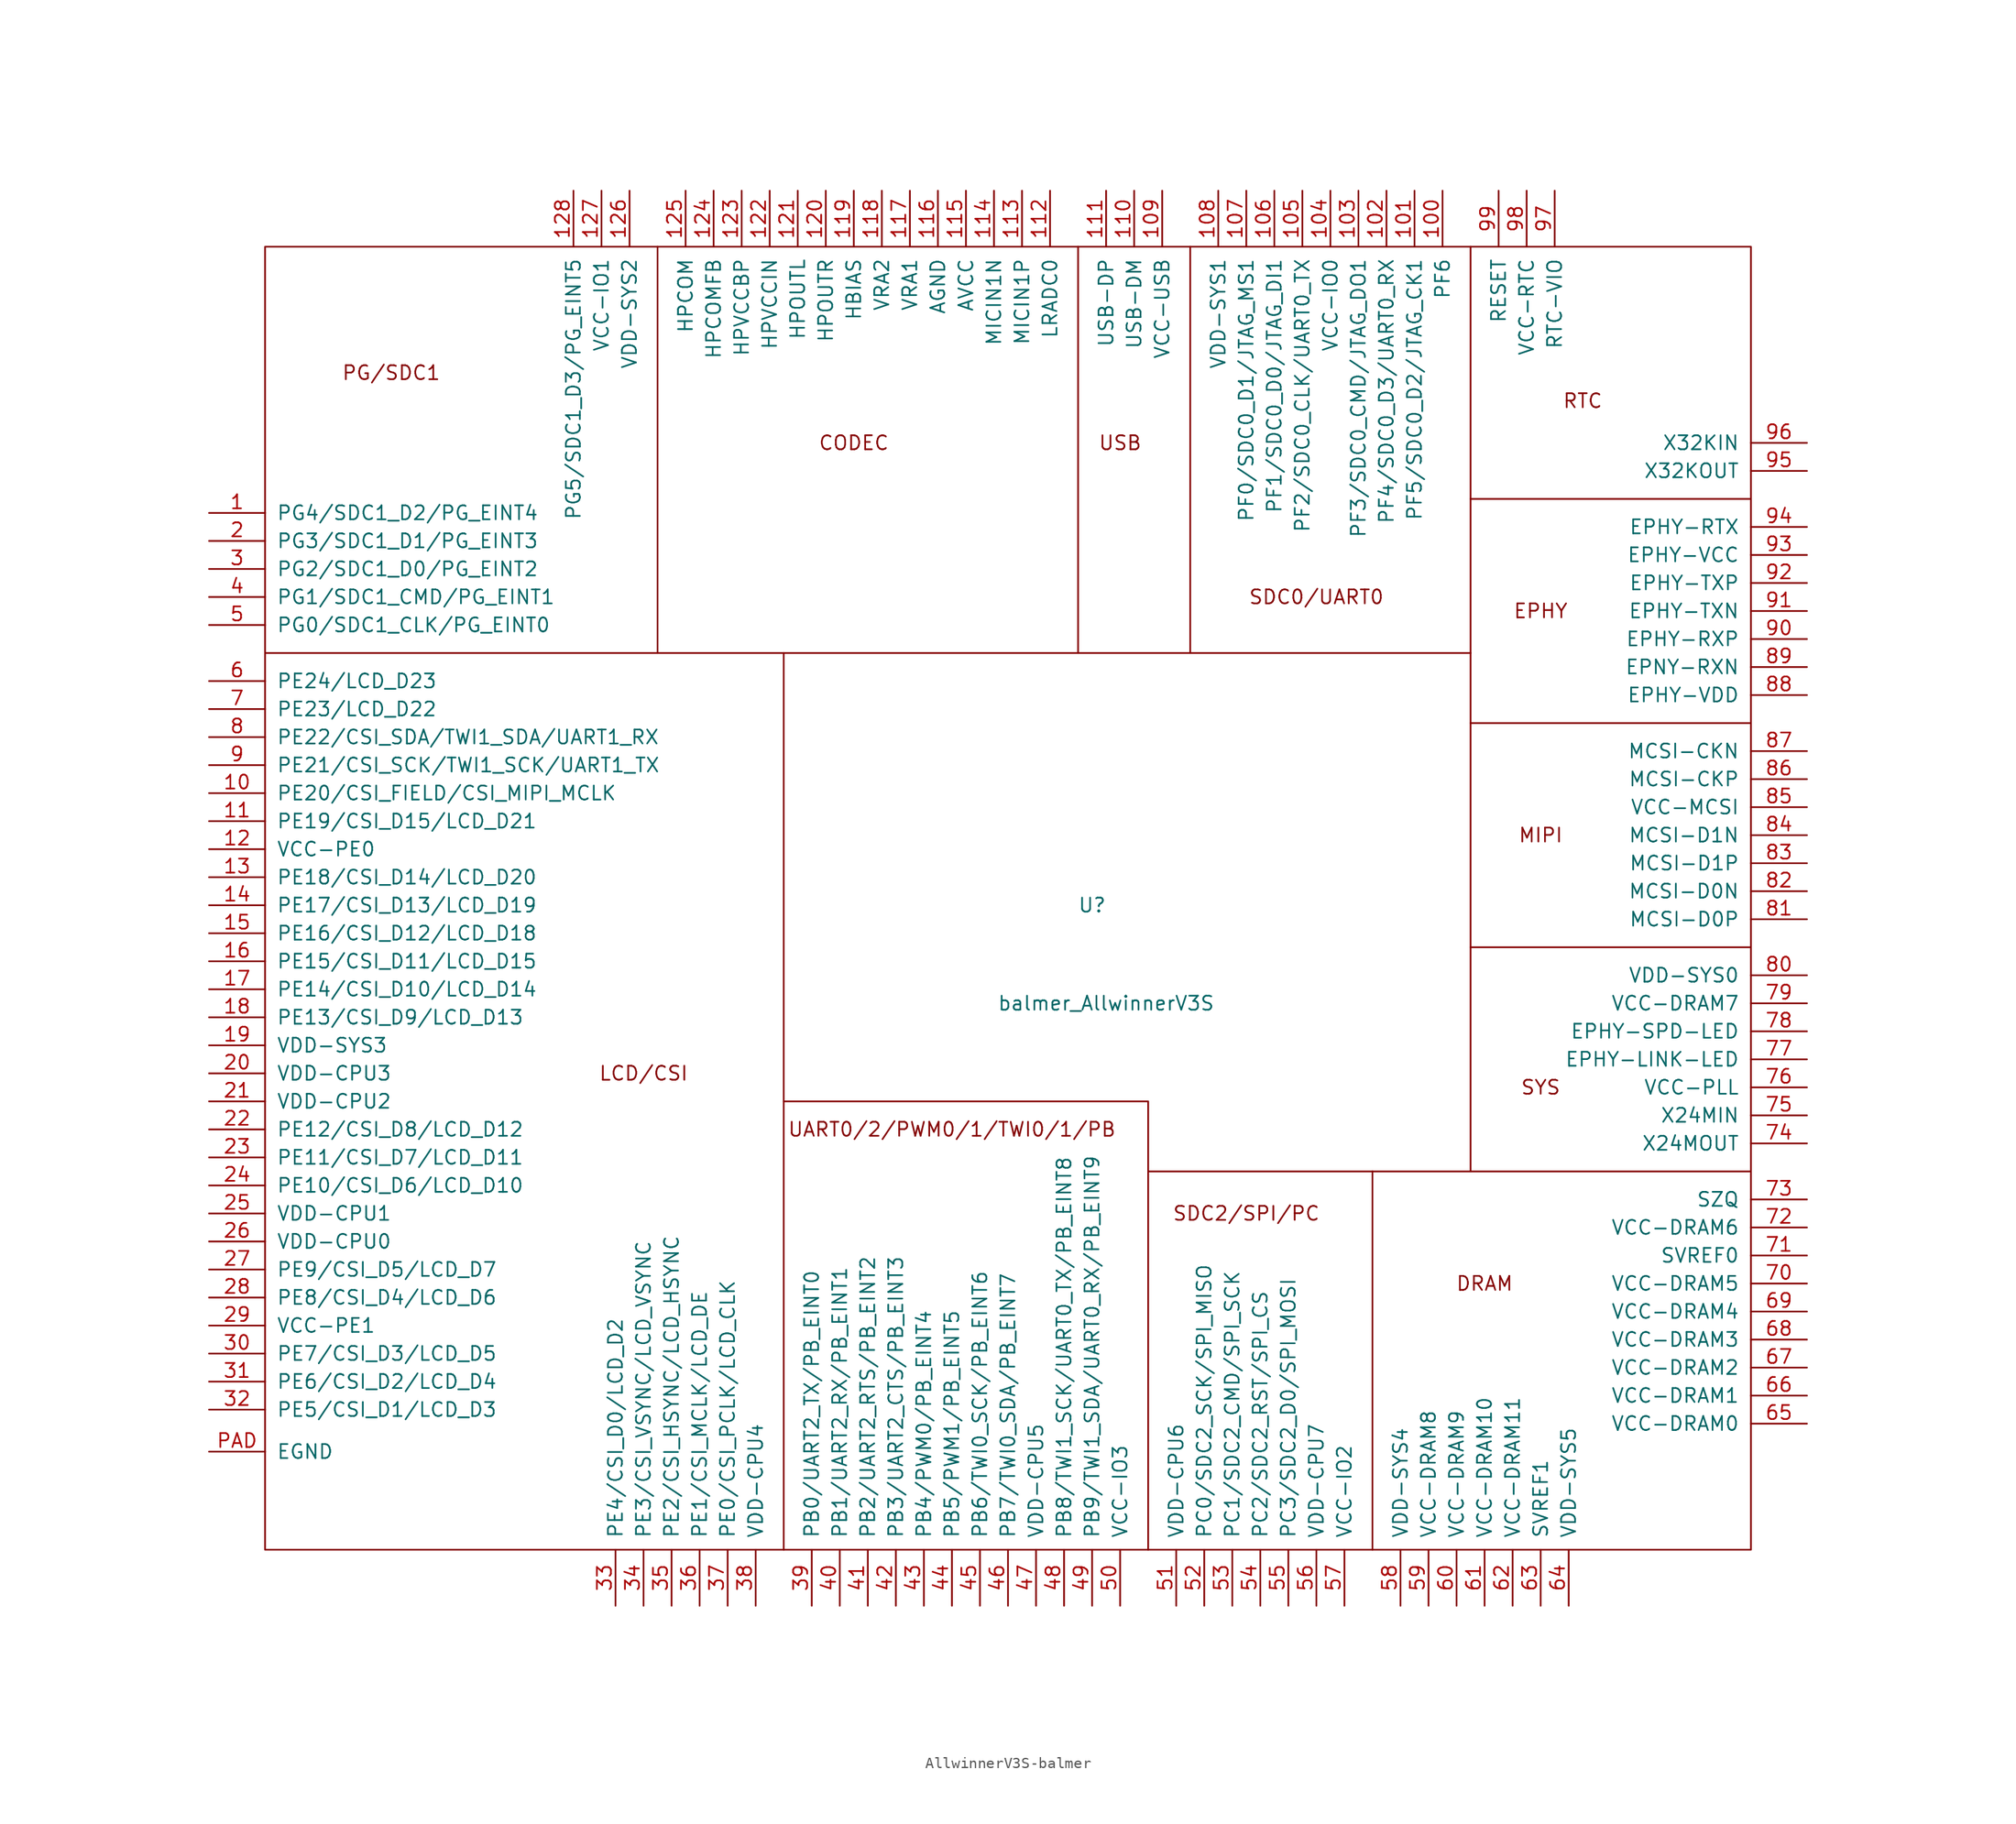
<source format=kicad_sym>
(kicad_symbol_lib
  (version 20231120)
  (generator "kicad_symbol_editor")
  (generator_version "8.0")
  (symbol "AllwinnerV3S-balmer"
    (pin_names
      (offset 1.016))
    (property "Reference" "U"
      (at 2.54 5.08 0)
      (effects (font (size 1.27 1.27))))
    (property "Value" "balmer_AllwinnerV3S"
      (at 3.81 -3.81 0)
      (effects (font (size 1.27 1.27))))
    (symbol "AllwinnerV3S-balmer_0_0"
      (polyline (pts (xy -36.83 64.77) (xy -36.83 27.94)) (stroke (width 0) (type solid)) (fill (type none)))
      (polyline (pts (xy 27.94 -19.05) (xy 7.62 -19.05)) (stroke (width 0) (type solid)) (fill (type none)))
      (polyline (pts (xy 62.23 41.91) (xy 36.83 41.91)) (stroke (width 0) (type solid)) (fill (type none)))
      (polyline (pts (xy 1.27 27.94) (xy 11.43 27.94) (xy 11.43 64.77)) (stroke (width 0) (type solid)) (fill (type none)))
      (polyline (pts (xy 1.27 64.77) (xy 1.27 27.94) (xy -25.4 27.94)) (stroke (width 0) (type solid)) (fill (type none)))
      (polyline (pts (xy 7.62 -53.34) (xy 7.62 -12.7) (xy -25.4 -12.7)) (stroke (width 0) (type solid)) (fill (type none)))
      (polyline (pts (xy 27.94 -53.34) (xy 27.94 -19.05) (xy 36.83 -19.05)) (stroke (width 0) (type solid)) (fill (type none)))
      (polyline (pts (xy 36.83 64.77) (xy 36.83 27.94) (xy 11.43 27.94)) (stroke (width 0) (type solid)) (fill (type none)))
      (polyline (pts (xy 62.23 -19.05) (xy 36.83 -19.05) (xy 36.83 1.27)) (stroke (width 0) (type solid)) (fill (type none)))
      (polyline (pts (xy 62.23 1.27) (xy 36.83 1.27) (xy 36.83 21.59)) (stroke (width 0) (type solid)) (fill (type none)))
      (polyline (pts (xy 62.23 21.59) (xy 36.83 21.59) (xy 36.83 27.94)) (stroke (width 0) (type solid)) (fill (type none)))
      (text "CODEC" (at -19.05 46.99 0) (effects (font (size 1.27 1.27))))
      (text "DRAM" (at 38.1 -29.21 0) (effects (font (size 1.27 1.27))))
      (text "EPHY" (at 43.18 31.75 0) (effects (font (size 1.27 1.27))))
      (text "LCD/CSI" (at -38.1 -10.16 0) (effects (font (size 1.27 1.27))))
      (text "MIPI" (at 43.18 11.43 0) (effects (font (size 1.27 1.27))))
      (text "PG/SDC1" (at -60.96 53.34 0) (effects (font (size 1.27 1.27))))
      (text "RTC" (at 46.99 50.8 0) (effects (font (size 1.27 1.27))))
      (text "SDC0/UART0" (at 22.86 33.02 0) (effects (font (size 1.27 1.27))))
      (text "SDC2/SPI/PC" (at 16.51 -22.86 0) (effects (font (size 1.27 1.27))))
      (text "SYS" (at 43.18 -11.43 0) (effects (font (size 1.27 1.27))))
      (text "UART0/2/PWM0/1/TWI0/1/PB" (at -10.16 -15.24 0) (effects (font (size 1.27 1.27))))
      (text "USB" (at 5.08 46.99 0) (effects (font (size 1.27 1.27)))))
    (symbol "AllwinnerV3S-balmer_0_1"
      (rectangle (start -72.39 64.77) (end 62.23 -53.34) (stroke (width 0) (type solid)) (fill (type none)))
      (polyline (pts (xy -72.39 27.94) (xy -25.4 27.94) (xy -25.4 -53.34)) (stroke (width 0) (type solid)) (fill (type none))))
    (symbol "AllwinnerV3S-balmer_1_1"
      (pin input line (at -77.47 40.64 0) (length 5.08) (name "PG4/SDC1_D2/PG_EINT4" (effects (font (size 1.27 1.27)))) (number "1" (effects (font (size 1.27 1.27)))))
      (pin input line (at -77.47 15.24 0) (length 5.08) (name "PE20/CSI_FIELD/CSI_MIPI_MCLK" (effects (font (size 1.27 1.27)))) (number "10" (effects (font (size 1.27 1.27)))))
      (pin input line (at 34.29 69.85 270) (length 5.08) (name "PF6" (effects (font (size 1.27 1.27)))) (number "100" (effects (font (size 1.27 1.27)))))
      (pin input line (at 31.75 69.85 270) (length 5.08) (name "PF5/SDC0_D2/JTAG_CK1" (effects (font (size 1.27 1.27)))) (number "101" (effects (font (size 1.27 1.27)))))
      (pin input line (at 29.21 69.85 270) (length 5.08) (name "PF4/SDC0_D3/UART0_RX" (effects (font (size 1.27 1.27)))) (number "102" (effects (font (size 1.27 1.27)))))
      (pin input line (at 26.67 69.85 270) (length 5.08) (name "PF3/SDC0_CMD/JTAG_DO1" (effects (font (size 1.27 1.27)))) (number "103" (effects (font (size 1.27 1.27)))))
      (pin input line (at 24.13 69.85 270) (length 5.08) (name "VCC-IO0" (effects (font (size 1.27 1.27)))) (number "104" (effects (font (size 1.27 1.27)))))
      (pin input line (at 21.59 69.85 270) (length 5.08) (name "PF2/SDC0_CLK/UART0_TX" (effects (font (size 1.27 1.27)))) (number "105" (effects (font (size 1.27 1.27)))))
      (pin input line (at 19.05 69.85 270) (length 5.08) (name "PF1/SDC0_D0/JTAG_DI1" (effects (font (size 1.27 1.27)))) (number "106" (effects (font (size 1.27 1.27)))))
      (pin input line (at 16.51 69.85 270) (length 5.08) (name "PF0/SDC0_D1/JTAG_MS1" (effects (font (size 1.27 1.27)))) (number "107" (effects (font (size 1.27 1.27)))))
      (pin input line (at 13.97 69.85 270) (length 5.08) (name "VDD-SYS1" (effects (font (size 1.27 1.27)))) (number "108" (effects (font (size 1.27 1.27)))))
      (pin input line (at 8.89 69.85 270) (length 5.08) (name "VCC-USB" (effects (font (size 1.27 1.27)))) (number "109" (effects (font (size 1.27 1.27)))))
      (pin input line (at -77.47 12.7 0) (length 5.08) (name "PE19/CSI_D15/LCD_D21" (effects (font (size 1.27 1.27)))) (number "11" (effects (font (size 1.27 1.27)))))
      (pin input line (at 6.35 69.85 270) (length 5.08) (name "USB-DM" (effects (font (size 1.27 1.27)))) (number "110" (effects (font (size 1.27 1.27)))))
      (pin input line (at 3.81 69.85 270) (length 5.08) (name "USB-DP" (effects (font (size 1.27 1.27)))) (number "111" (effects (font (size 1.27 1.27)))))
      (pin input line (at -1.27 69.85 270) (length 5.08) (name "LRADC0" (effects (font (size 1.27 1.27)))) (number "112" (effects (font (size 1.27 1.27)))))
      (pin input line (at -3.81 69.85 270) (length 5.08) (name "MICIN1P" (effects (font (size 1.27 1.27)))) (number "113" (effects (font (size 1.27 1.27)))))
      (pin input line (at -6.35 69.85 270) (length 5.08) (name "MICIN1N" (effects (font (size 1.27 1.27)))) (number "114" (effects (font (size 1.27 1.27)))))
      (pin input line (at -8.89 69.85 270) (length 5.08) (name "AVCC" (effects (font (size 1.27 1.27)))) (number "115" (effects (font (size 1.27 1.27)))))
      (pin input line (at -11.43 69.85 270) (length 5.08) (name "AGND" (effects (font (size 1.27 1.27)))) (number "116" (effects (font (size 1.27 1.27)))))
      (pin input line (at -13.97 69.85 270) (length 5.08) (name "VRA1" (effects (font (size 1.27 1.27)))) (number "117" (effects (font (size 1.27 1.27)))))
      (pin input line (at -16.51 69.85 270) (length 5.08) (name "VRA2" (effects (font (size 1.27 1.27)))) (number "118" (effects (font (size 1.27 1.27)))))
      (pin input line (at -19.05 69.85 270) (length 5.08) (name "HBIAS" (effects (font (size 1.27 1.27)))) (number "119" (effects (font (size 1.27 1.27)))))
      (pin input line (at -77.47 10.16 0) (length 5.08) (name "VCC-PE0" (effects (font (size 1.27 1.27)))) (number "12" (effects (font (size 1.27 1.27)))))
      (pin input line (at -21.59 69.85 270) (length 5.08) (name "HPOUTR" (effects (font (size 1.27 1.27)))) (number "120" (effects (font (size 1.27 1.27)))))
      (pin input line (at -24.13 69.85 270) (length 5.08) (name "HPOUTL" (effects (font (size 1.27 1.27)))) (number "121" (effects (font (size 1.27 1.27)))))
      (pin input line (at -26.67 69.85 270) (length 5.08) (name "HPVCCIN" (effects (font (size 1.27 1.27)))) (number "122" (effects (font (size 1.27 1.27)))))
      (pin input line (at -29.21 69.85 270) (length 5.08) (name "HPVCCBP" (effects (font (size 1.27 1.27)))) (number "123" (effects (font (size 1.27 1.27)))))
      (pin input line (at -31.75 69.85 270) (length 5.08) (name "HPCOMFB" (effects (font (size 1.27 1.27)))) (number "124" (effects (font (size 1.27 1.27)))))
      (pin input line (at -34.29 69.85 270) (length 5.08) (name "HPCOM" (effects (font (size 1.27 1.27)))) (number "125" (effects (font (size 1.27 1.27)))))
      (pin input line (at -39.37 69.85 270) (length 5.08) (name "VDD-SYS2" (effects (font (size 1.27 1.27)))) (number "126" (effects (font (size 1.27 1.27)))))
      (pin input line (at -41.91 69.85 270) (length 5.08) (name "VCC-IO1" (effects (font (size 1.27 1.27)))) (number "127" (effects (font (size 1.27 1.27)))))
      (pin input line (at -44.45 69.85 270) (length 5.08) (name "PG5/SDC1_D3/PG_EINT5" (effects (font (size 1.27 1.27)))) (number "128" (effects (font (size 1.27 1.27)))))
      (pin input line (at -77.47 7.62 0) (length 5.08) (name "PE18/CSI_D14/LCD_D20" (effects (font (size 1.27 1.27)))) (number "13" (effects (font (size 1.27 1.27)))))
      (pin input line (at -77.47 5.08 0) (length 5.08) (name "PE17/CSI_D13/LCD_D19" (effects (font (size 1.27 1.27)))) (number "14" (effects (font (size 1.27 1.27)))))
      (pin input line (at -77.47 2.54 0) (length 5.08) (name "PE16/CSI_D12/LCD_D18" (effects (font (size 1.27 1.27)))) (number "15" (effects (font (size 1.27 1.27)))))
      (pin input line (at -77.47 0 0) (length 5.08) (name "PE15/CSI_D11/LCD_D15" (effects (font (size 1.27 1.27)))) (number "16" (effects (font (size 1.27 1.27)))))
      (pin input line (at -77.47 -2.54 0) (length 5.08) (name "PE14/CSI_D10/LCD_D14" (effects (font (size 1.27 1.27)))) (number "17" (effects (font (size 1.27 1.27)))))
      (pin input line (at -77.47 -5.08 0) (length 5.08) (name "PE13/CSI_D9/LCD_D13" (effects (font (size 1.27 1.27)))) (number "18" (effects (font (size 1.27 1.27)))))
      (pin input line (at -77.47 -7.62 0) (length 5.08) (name "VDD-SYS3" (effects (font (size 1.27 1.27)))) (number "19" (effects (font (size 1.27 1.27)))))
      (pin input line (at -77.47 38.1 0) (length 5.08) (name "PG3/SDC1_D1/PG_EINT3" (effects (font (size 1.27 1.27)))) (number "2" (effects (font (size 1.27 1.27)))))
      (pin input line (at -77.47 -10.16 0) (length 5.08) (name "VDD-CPU3" (effects (font (size 1.27 1.27)))) (number "20" (effects (font (size 1.27 1.27)))))
      (pin input line (at -77.47 -12.7 0) (length 5.08) (name "VDD-CPU2" (effects (font (size 1.27 1.27)))) (number "21" (effects (font (size 1.27 1.27)))))
      (pin input line (at -77.47 -15.24 0) (length 5.08) (name "PE12/CSI_D8/LCD_D12" (effects (font (size 1.27 1.27)))) (number "22" (effects (font (size 1.27 1.27)))))
      (pin input line (at -77.47 -17.78 0) (length 5.08) (name "PE11/CSI_D7/LCD_D11" (effects (font (size 1.27 1.27)))) (number "23" (effects (font (size 1.27 1.27)))))
      (pin input line (at -77.47 -20.32 0) (length 5.08) (name "PE10/CSI_D6/LCD_D10" (effects (font (size 1.27 1.27)))) (number "24" (effects (font (size 1.27 1.27)))))
      (pin input line (at -77.47 -22.86 0) (length 5.08) (name "VDD-CPU1" (effects (font (size 1.27 1.27)))) (number "25" (effects (font (size 1.27 1.27)))))
      (pin input line (at -77.47 -25.4 0) (length 5.08) (name "VDD-CPU0" (effects (font (size 1.27 1.27)))) (number "26" (effects (font (size 1.27 1.27)))))
      (pin input line (at -77.47 -27.94 0) (length 5.08) (name "PE9/CSI_D5/LCD_D7" (effects (font (size 1.27 1.27)))) (number "27" (effects (font (size 1.27 1.27)))))
      (pin input line (at -77.47 -30.48 0) (length 5.08) (name "PE8/CSI_D4/LCD_D6" (effects (font (size 1.27 1.27)))) (number "28" (effects (font (size 1.27 1.27)))))
      (pin input line (at -77.47 -33.02 0) (length 5.08) (name "VCC-PE1" (effects (font (size 1.27 1.27)))) (number "29" (effects (font (size 1.27 1.27)))))
      (pin input line (at -77.47 35.56 0) (length 5.08) (name "PG2/SDC1_D0/PG_EINT2" (effects (font (size 1.27 1.27)))) (number "3" (effects (font (size 1.27 1.27)))))
      (pin input line (at -77.47 -35.56 0) (length 5.08) (name "PE7/CSI_D3/LCD_D5" (effects (font (size 1.27 1.27)))) (number "30" (effects (font (size 1.27 1.27)))))
      (pin input line (at -77.47 -38.1 0) (length 5.08) (name "PE6/CSI_D2/LCD_D4" (effects (font (size 1.27 1.27)))) (number "31" (effects (font (size 1.27 1.27)))))
      (pin input line (at -77.47 -40.64 0) (length 5.08) (name "PE5/CSI_D1/LCD_D3" (effects (font (size 1.27 1.27)))) (number "32" (effects (font (size 1.27 1.27)))))
      (pin input line (at -40.64 -58.42 90) (length 5.08) (name "PE4/CSI_D0/LCD_D2" (effects (font (size 1.27 1.27)))) (number "33" (effects (font (size 1.27 1.27)))))
      (pin input line (at -38.1 -58.42 90) (length 5.08) (name "PE3/CSI_VSYNC/LCD_VSYNC" (effects (font (size 1.27 1.27)))) (number "34" (effects (font (size 1.27 1.27)))))
      (pin input line (at -35.56 -58.42 90) (length 5.08) (name "PE2/CSI_HSYNC/LCD_HSYNC" (effects (font (size 1.27 1.27)))) (number "35" (effects (font (size 1.27 1.27)))))
      (pin input line (at -33.02 -58.42 90) (length 5.08) (name "PE1/CSI_MCLK/LCD_DE" (effects (font (size 1.27 1.27)))) (number "36" (effects (font (size 1.27 1.27)))))
      (pin input line (at -30.48 -58.42 90) (length 5.08) (name "PE0/CSI_PCLK/LCD_CLK" (effects (font (size 1.27 1.27)))) (number "37" (effects (font (size 1.27 1.27)))))
      (pin input line (at -27.94 -58.42 90) (length 5.08) (name "VDD-CPU4" (effects (font (size 1.27 1.27)))) (number "38" (effects (font (size 1.27 1.27)))))
      (pin input line (at -22.86 -58.42 90) (length 5.08) (name "PB0/UART2_TX/PB_EINT0" (effects (font (size 1.27 1.27)))) (number "39" (effects (font (size 1.27 1.27)))))
      (pin input line (at -77.47 33.02 0) (length 5.08) (name "PG1/SDC1_CMD/PG_EINT1" (effects (font (size 1.27 1.27)))) (number "4" (effects (font (size 1.27 1.27)))))
      (pin input line (at -20.32 -58.42 90) (length 5.08) (name "PB1/UART2_RX/PB_EINT1" (effects (font (size 1.27 1.27)))) (number "40" (effects (font (size 1.27 1.27)))))
      (pin input line (at -17.78 -58.42 90) (length 5.08) (name "PB2/UART2_RTS/PB_EINT2" (effects (font (size 1.27 1.27)))) (number "41" (effects (font (size 1.27 1.27)))))
      (pin input line (at -15.24 -58.42 90) (length 5.08) (name "PB3/UART2_CTS/PB_EINT3" (effects (font (size 1.27 1.27)))) (number "42" (effects (font (size 1.27 1.27)))))
      (pin input line (at -12.7 -58.42 90) (length 5.08) (name "PB4/PWM0/PB_EINT4" (effects (font (size 1.27 1.27)))) (number "43" (effects (font (size 1.27 1.27)))))
      (pin input line (at -10.16 -58.42 90) (length 5.08) (name "PB5/PWM1/PB_EINT5" (effects (font (size 1.27 1.27)))) (number "44" (effects (font (size 1.27 1.27)))))
      (pin input line (at -7.62 -58.42 90) (length 5.08) (name "PB6/TWI0_SCK/PB_EINT6" (effects (font (size 1.27 1.27)))) (number "45" (effects (font (size 1.27 1.27)))))
      (pin input line (at -5.08 -58.42 90) (length 5.08) (name "PB7/TWI0_SDA/PB_EINT7" (effects (font (size 1.27 1.27)))) (number "46" (effects (font (size 1.27 1.27)))))
      (pin input line (at -2.54 -58.42 90) (length 5.08) (name "VDD-CPU5" (effects (font (size 1.27 1.27)))) (number "47" (effects (font (size 1.27 1.27)))))
      (pin input line (at 0 -58.42 90) (length 5.08) (name "PB8/TWI1_SCK/UART0_TX/PB_EINT8" (effects (font (size 1.27 1.27)))) (number "48" (effects (font (size 1.27 1.27)))))
      (pin input line (at 2.54 -58.42 90) (length 5.08) (name "PB9/TWI1_SDA/UART0_RX/PB_EINT9" (effects (font (size 1.27 1.27)))) (number "49" (effects (font (size 1.27 1.27)))))
      (pin input line (at -77.47 30.48 0) (length 5.08) (name "PG0/SDC1_CLK/PG_EINT0" (effects (font (size 1.27 1.27)))) (number "5" (effects (font (size 1.27 1.27)))))
      (pin input line (at 5.08 -58.42 90) (length 5.08) (name "VCC-IO3" (effects (font (size 1.27 1.27)))) (number "50" (effects (font (size 1.27 1.27)))))
      (pin input line (at 10.16 -58.42 90) (length 5.08) (name "VDD-CPU6" (effects (font (size 1.27 1.27)))) (number "51" (effects (font (size 1.27 1.27)))))
      (pin input line (at 12.7 -58.42 90) (length 5.08) (name "PC0/SDC2_SCK/SPI_MISO" (effects (font (size 1.27 1.27)))) (number "52" (effects (font (size 1.27 1.27)))))
      (pin input line (at 15.24 -58.42 90) (length 5.08) (name "PC1/SDC2_CMD/SPI_SCK" (effects (font (size 1.27 1.27)))) (number "53" (effects (font (size 1.27 1.27)))))
      (pin input line (at 17.78 -58.42 90) (length 5.08) (name "PC2/SDC2_RST/SPI_CS" (effects (font (size 1.27 1.27)))) (number "54" (effects (font (size 1.27 1.27)))))
      (pin input line (at 20.32 -58.42 90) (length 5.08) (name "PC3/SDC2_D0/SPI_MOSI" (effects (font (size 1.27 1.27)))) (number "55" (effects (font (size 1.27 1.27)))))
      (pin input line (at 22.86 -58.42 90) (length 5.08) (name "VDD-CPU7" (effects (font (size 1.27 1.27)))) (number "56" (effects (font (size 1.27 1.27)))))
      (pin input line (at 25.4 -58.42 90) (length 5.08) (name "VCC-IO2" (effects (font (size 1.27 1.27)))) (number "57" (effects (font (size 1.27 1.27)))))
      (pin input line (at 30.48 -58.42 90) (length 5.08) (name "VDD-SYS4" (effects (font (size 1.27 1.27)))) (number "58" (effects (font (size 1.27 1.27)))))
      (pin input line (at 33.02 -58.42 90) (length 5.08) (name "VCC-DRAM8" (effects (font (size 1.27 1.27)))) (number "59" (effects (font (size 1.27 1.27)))))
      (pin input line (at -77.47 25.4 0) (length 5.08) (name "PE24/LCD_D23" (effects (font (size 1.27 1.27)))) (number "6" (effects (font (size 1.27 1.27)))))
      (pin input line (at 35.56 -58.42 90) (length 5.08) (name "VCC-DRAM9" (effects (font (size 1.27 1.27)))) (number "60" (effects (font (size 1.27 1.27)))))
      (pin input line (at 38.1 -58.42 90) (length 5.08) (name "VCC-DRAM10" (effects (font (size 1.27 1.27)))) (number "61" (effects (font (size 1.27 1.27)))))
      (pin input line (at 40.64 -58.42 90) (length 5.08) (name "VCC-DRAM11" (effects (font (size 1.27 1.27)))) (number "62" (effects (font (size 1.27 1.27)))))
      (pin input line (at 43.18 -58.42 90) (length 5.08) (name "SVREF1" (effects (font (size 1.27 1.27)))) (number "63" (effects (font (size 1.27 1.27)))))
      (pin input line (at 45.72 -58.42 90) (length 5.08) (name "VDD-SYS5" (effects (font (size 1.27 1.27)))) (number "64" (effects (font (size 1.27 1.27)))))
      (pin input line (at 67.31 -41.91 180) (length 5.08) (name "VCC-DRAM0" (effects (font (size 1.27 1.27)))) (number "65" (effects (font (size 1.27 1.27)))))
      (pin input line (at 67.31 -39.37 180) (length 5.08) (name "VCC-DRAM1" (effects (font (size 1.27 1.27)))) (number "66" (effects (font (size 1.27 1.27)))))
      (pin input line (at 67.31 -36.83 180) (length 5.08) (name "VCC-DRAM2" (effects (font (size 1.27 1.27)))) (number "67" (effects (font (size 1.27 1.27)))))
      (pin input line (at 67.31 -34.29 180) (length 5.08) (name "VCC-DRAM3" (effects (font (size 1.27 1.27)))) (number "68" (effects (font (size 1.27 1.27)))))
      (pin input line (at 67.31 -31.75 180) (length 5.08) (name "VCC-DRAM4" (effects (font (size 1.27 1.27)))) (number "69" (effects (font (size 1.27 1.27)))))
      (pin input line (at -77.47 22.86 0) (length 5.08) (name "PE23/LCD_D22" (effects (font (size 1.27 1.27)))) (number "7" (effects (font (size 1.27 1.27)))))
      (pin input line (at 67.31 -29.21 180) (length 5.08) (name "VCC-DRAM5" (effects (font (size 1.27 1.27)))) (number "70" (effects (font (size 1.27 1.27)))))
      (pin input line (at 67.31 -26.67 180) (length 5.08) (name "SVREF0" (effects (font (size 1.27 1.27)))) (number "71" (effects (font (size 1.27 1.27)))))
      (pin input line (at 67.31 -24.13 180) (length 5.08) (name "VCC-DRAM6" (effects (font (size 1.27 1.27)))) (number "72" (effects (font (size 1.27 1.27)))))
      (pin input line (at 67.31 -21.59 180) (length 5.08) (name "SZQ" (effects (font (size 1.27 1.27)))) (number "73" (effects (font (size 1.27 1.27)))))
      (pin input line (at 67.31 -16.51 180) (length 5.08) (name "X24MOUT" (effects (font (size 1.27 1.27)))) (number "74" (effects (font (size 1.27 1.27)))))
      (pin input line (at 67.31 -13.97 180) (length 5.08) (name "X24MIN" (effects (font (size 1.27 1.27)))) (number "75" (effects (font (size 1.27 1.27)))))
      (pin input line (at 67.31 -11.43 180) (length 5.08) (name "VCC-PLL" (effects (font (size 1.27 1.27)))) (number "76" (effects (font (size 1.27 1.27)))))
      (pin input line (at 67.31 -8.89 180) (length 5.08) (name "EPHY-LINK-LED" (effects (font (size 1.27 1.27)))) (number "77" (effects (font (size 1.27 1.27)))))
      (pin input line (at 67.31 -6.35 180) (length 5.08) (name "EPHY-SPD-LED" (effects (font (size 1.27 1.27)))) (number "78" (effects (font (size 1.27 1.27)))))
      (pin input line (at 67.31 -3.81 180) (length 5.08) (name "VCC-DRAM7" (effects (font (size 1.27 1.27)))) (number "79" (effects (font (size 1.27 1.27)))))
      (pin input line (at -77.47 20.32 0) (length 5.08) (name "PE22/CSI_SDA/TWI1_SDA/UART1_RX" (effects (font (size 1.27 1.27)))) (number "8" (effects (font (size 1.27 1.27)))))
      (pin input line (at 67.31 -1.27 180) (length 5.08) (name "VDD-SYS0" (effects (font (size 1.27 1.27)))) (number "80" (effects (font (size 1.27 1.27)))))
      (pin input line (at 67.31 3.81 180) (length 5.08) (name "MCSI-D0P" (effects (font (size 1.27 1.27)))) (number "81" (effects (font (size 1.27 1.27)))))
      (pin input line (at 67.31 6.35 180) (length 5.08) (name "MCSI-D0N" (effects (font (size 1.27 1.27)))) (number "82" (effects (font (size 1.27 1.27)))))
      (pin input line (at 67.31 8.89 180) (length 5.08) (name "MCSI-D1P" (effects (font (size 1.27 1.27)))) (number "83" (effects (font (size 1.27 1.27)))))
      (pin input line (at 67.31 11.43 180) (length 5.08) (name "MCSI-D1N" (effects (font (size 1.27 1.27)))) (number "84" (effects (font (size 1.27 1.27)))))
      (pin input line (at 67.31 13.97 180) (length 5.08) (name "VCC-MCSI" (effects (font (size 1.27 1.27)))) (number "85" (effects (font (size 1.27 1.27)))))
      (pin input line (at 67.31 16.51 180) (length 5.08) (name "MCSI-CKP" (effects (font (size 1.27 1.27)))) (number "86" (effects (font (size 1.27 1.27)))))
      (pin input line (at 67.31 19.05 180) (length 5.08) (name "MCSI-CKN" (effects (font (size 1.27 1.27)))) (number "87" (effects (font (size 1.27 1.27)))))
      (pin input line (at 67.31 24.13 180) (length 5.08) (name "EPHY-VDD" (effects (font (size 1.27 1.27)))) (number "88" (effects (font (size 1.27 1.27)))))
      (pin input line (at 67.31 26.67 180) (length 5.08) (name "EPNY-RXN" (effects (font (size 1.27 1.27)))) (number "89" (effects (font (size 1.27 1.27)))))
      (pin input line (at -77.47 17.78 0) (length 5.08) (name "PE21/CSI_SCK/TWI1_SCK/UART1_TX" (effects (font (size 1.27 1.27)))) (number "9" (effects (font (size 1.27 1.27)))))
      (pin input line (at 67.31 29.21 180) (length 5.08) (name "EPHY-RXP" (effects (font (size 1.27 1.27)))) (number "90" (effects (font (size 1.27 1.27)))))
      (pin input line (at 67.31 31.75 180) (length 5.08) (name "EPHY-TXN" (effects (font (size 1.27 1.27)))) (number "91" (effects (font (size 1.27 1.27)))))
      (pin input line (at 67.31 34.29 180) (length 5.08) (name "EPHY-TXP" (effects (font (size 1.27 1.27)))) (number "92" (effects (font (size 1.27 1.27)))))
      (pin input line (at 67.31 36.83 180) (length 5.08) (name "EPHY-VCC" (effects (font (size 1.27 1.27)))) (number "93" (effects (font (size 1.27 1.27)))))
      (pin input line (at 67.31 39.37 180) (length 5.08) (name "EPHY-RTX" (effects (font (size 1.27 1.27)))) (number "94" (effects (font (size 1.27 1.27)))))
      (pin input line (at 67.31 44.45 180) (length 5.08) (name "X32KOUT" (effects (font (size 1.27 1.27)))) (number "95" (effects (font (size 1.27 1.27)))))
      (pin input line (at 67.31 46.99 180) (length 5.08) (name "X32KIN" (effects (font (size 1.27 1.27)))) (number "96" (effects (font (size 1.27 1.27)))))
      (pin input line (at 44.45 69.85 270) (length 5.08) (name "RTC-VIO" (effects (font (size 1.27 1.27)))) (number "97" (effects (font (size 1.27 1.27)))))
      (pin input line (at 41.91 69.85 270) (length 5.08) (name "VCC-RTC" (effects (font (size 1.27 1.27)))) (number "98" (effects (font (size 1.27 1.27)))))
      (pin input line (at 39.37 69.85 270) (length 5.08) (name "RESET" (effects (font (size 1.27 1.27)))) (number "99" (effects (font (size 1.27 1.27)))))
      (pin input line (at -77.47 -44.45 0) (length 5.08) (name "EGND" (effects (font (size 1.27 1.27)))) (number "PAD" (effects (font (size 1.27 1.27))))))))
</source>
